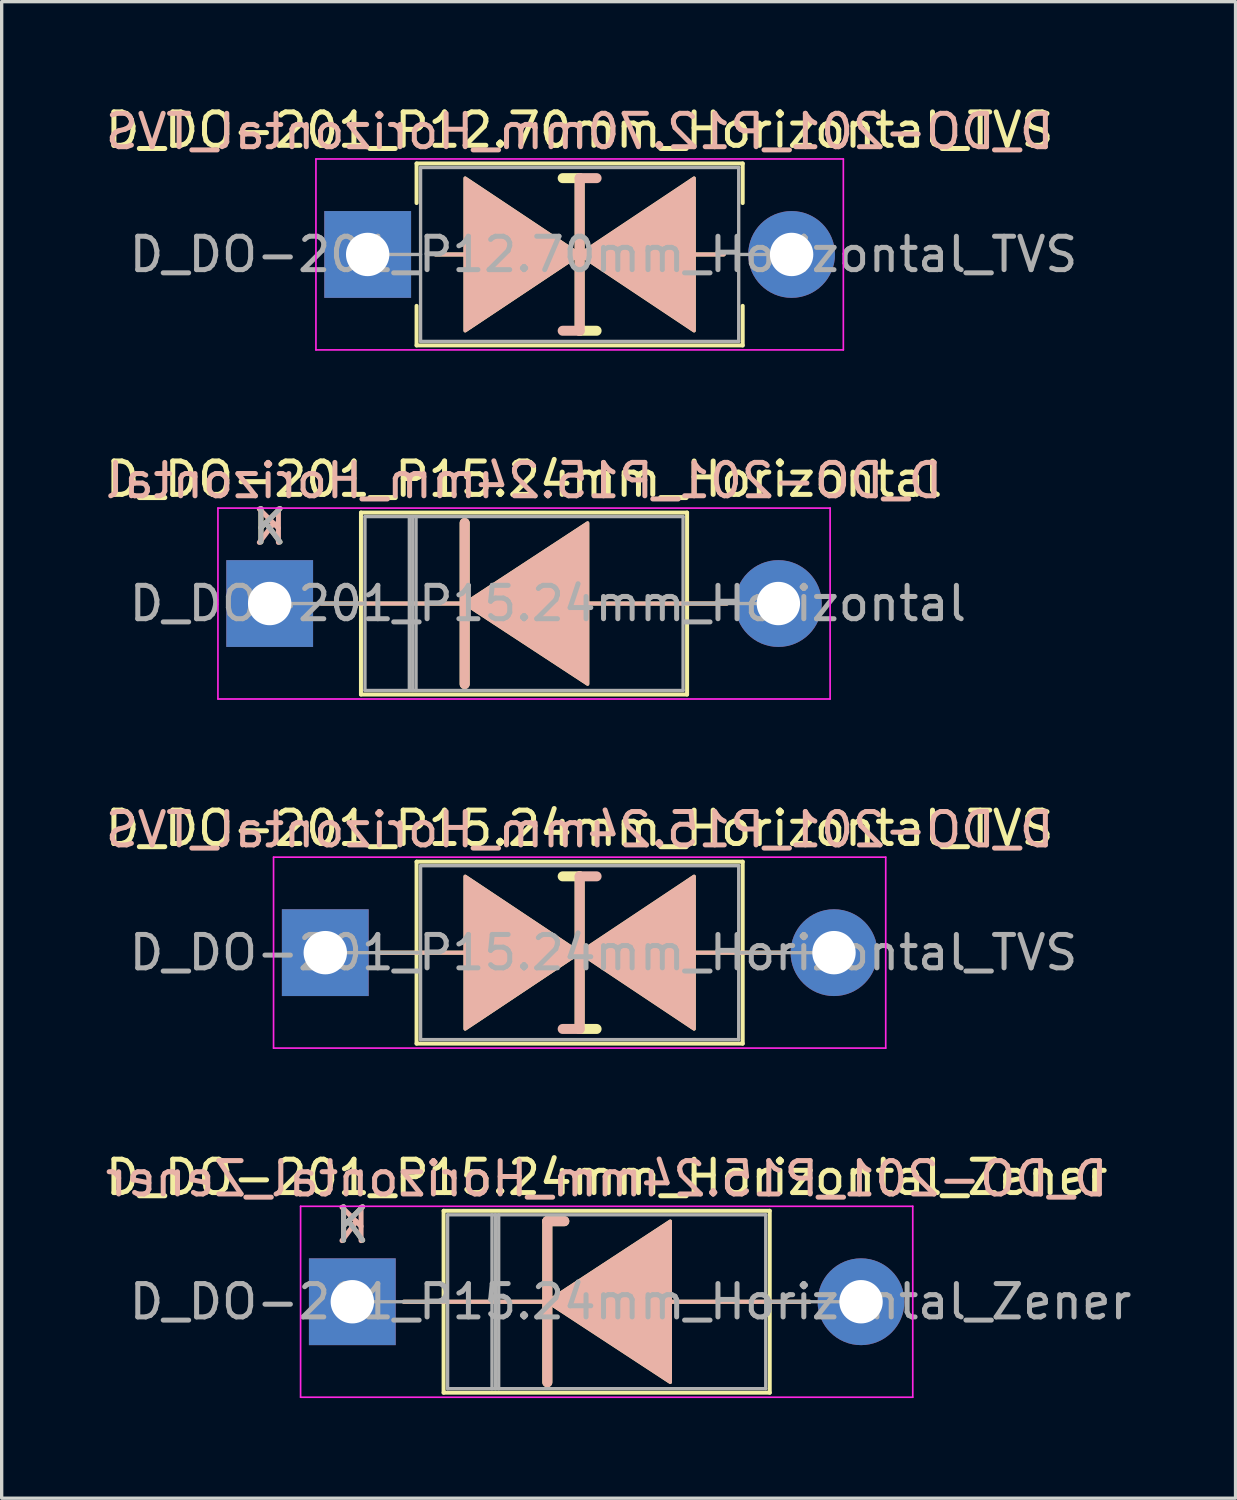
<source format=kicad_pcb>
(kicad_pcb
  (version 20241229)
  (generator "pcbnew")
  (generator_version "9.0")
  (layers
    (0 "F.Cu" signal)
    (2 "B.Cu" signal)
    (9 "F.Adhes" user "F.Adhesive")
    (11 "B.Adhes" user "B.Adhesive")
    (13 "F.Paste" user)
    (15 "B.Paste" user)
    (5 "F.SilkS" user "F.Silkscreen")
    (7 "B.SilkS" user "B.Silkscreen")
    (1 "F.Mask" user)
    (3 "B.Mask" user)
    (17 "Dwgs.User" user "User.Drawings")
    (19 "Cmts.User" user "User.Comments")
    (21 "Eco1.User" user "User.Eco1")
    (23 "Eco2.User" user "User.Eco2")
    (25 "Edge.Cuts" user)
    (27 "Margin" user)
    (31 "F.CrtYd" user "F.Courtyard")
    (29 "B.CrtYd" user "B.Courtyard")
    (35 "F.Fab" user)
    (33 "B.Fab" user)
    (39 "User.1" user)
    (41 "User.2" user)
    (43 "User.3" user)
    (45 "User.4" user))
  (footprint "D_DO-201_P15.24mm_Horizontal_TVS"
    (layer "F.Cu")
    (at 6.695 25.49)
    (property "Reference" "D_DO-201_P15.24mm_Horizontal_TVS" (at 7.62 -3.725 0) (layer "F.SilkS") (effects (font (size 1 1) (thickness 0.15))))
    (fp_line (start 1.54 0) (end 2.735 0) (stroke (width 0.12) (type solid)) (layer "F.SilkS"))
    (fp_line (start 2.735 -2.725) (end 2.735 2.725) (stroke (width 0.12) (type solid)) (layer "F.SilkS"))
    (fp_line (start 2.735 0) (end 4.191 0) (stroke (width 0.12) (type solid)) (layer "F.SilkS"))
    (fp_line (start 2.735 2.725) (end 12.505 2.725) (stroke (width 0.12) (type solid)) (layer "F.SilkS"))
    (fp_line (start 7.62 -2.286) (end 7.112 -2.286) (stroke (width 0.3) (type solid)) (layer "F.SilkS"))
    (fp_line (start 7.62 2.286) (end 7.62 -2.286) (stroke (width 0.3) (type solid)) (layer "F.SilkS"))
    (fp_line (start 8.128 2.286) (end 7.62 2.286) (stroke (width 0.3) (type solid)) (layer "F.SilkS"))
    (fp_line (start 11.049 0) (end 12.505 0) (stroke (width 0.12) (type solid)) (layer "F.SilkS"))
    (fp_line (start 12.505 -2.725) (end 2.735 -2.725) (stroke (width 0.12) (type solid)) (layer "F.SilkS"))
    (fp_line (start 12.505 2.725) (end 12.505 -2.725) (stroke (width 0.12) (type solid)) (layer "F.SilkS"))
    (fp_line (start 13.7 0) (end 12.505 0) (stroke (width 0.12) (type solid)) (layer "F.SilkS"))
    (fp_poly (pts (xy 7.62 0) (xy 4.191 2.286) (xy 4.191 -2.286)) (stroke (width 0.1) (type solid)) (fill yes) (layer "F.SilkS"))
    (fp_poly (pts (xy 7.62 0) (xy 11.049 -2.286) (xy 11.049 2.286)) (stroke (width 0.1) (type solid)) (fill yes) (layer "F.SilkS"))
    (fp_line (start 1.54 0) (end 2.735 0) (stroke (width 0.12) (type solid)) (layer "B.SilkS"))
    (fp_line (start 2.735 0) (end 4.191 0) (stroke (width 0.12) (type solid)) (layer "B.SilkS"))
    (fp_line (start 7.62 -2.286) (end 7.62 2.286) (stroke (width 0.3) (type solid)) (layer "B.SilkS"))
    (fp_line (start 7.62 2.286) (end 7.112 2.286) (stroke (width 0.3) (type solid)) (layer "B.SilkS"))
    (fp_line (start 8.128 -2.286) (end 7.62 -2.286) (stroke (width 0.3) (type solid)) (layer "B.SilkS"))
    (fp_line (start 11.049 0) (end 12.505 0) (stroke (width 0.12) (type solid)) (layer "B.SilkS"))
    (fp_line (start 13.7 0) (end 12.505 0) (stroke (width 0.12) (type solid)) (layer "B.SilkS"))
    (fp_poly (pts (xy 7.62 0) (xy 4.191 -2.286) (xy 4.191 2.286)) (stroke (width 0.1) (type solid)) (fill yes) (layer "B.SilkS"))
    (fp_poly (pts (xy 7.62 0) (xy 11.049 2.286) (xy 11.049 -2.286)) (stroke (width 0.1) (type solid)) (fill yes) (layer "B.SilkS"))
    (fp_line (start -1.55 -2.86) (end -1.55 2.86) (stroke (width 0.05) (type solid)) (layer "F.CrtYd"))
    (fp_line (start -1.55 2.86) (end 16.79 2.86) (stroke (width 0.05) (type solid)) (layer "F.CrtYd"))
    (fp_line (start 16.79 -2.86) (end -1.55 -2.86) (stroke (width 0.05) (type solid)) (layer "F.CrtYd"))
    (fp_line (start 16.79 2.86) (end 16.79 -2.86) (stroke (width 0.05) (type solid)) (layer "F.CrtYd"))
    (fp_line (start 0 0) (end 2.855 0) (stroke (width 0.1) (type solid)) (layer "F.Fab"))
    (fp_line (start 2.855 -2.605) (end 2.855 2.605) (stroke (width 0.1) (type solid)) (layer "F.Fab"))
    (fp_line (start 2.855 2.605) (end 12.385 2.605) (stroke (width 0.1) (type solid)) (layer "F.Fab"))
    (fp_line (start 12.385 -2.605) (end 2.855 -2.605) (stroke (width 0.1) (type solid)) (layer "F.Fab"))
    (fp_line (start 12.385 2.605) (end 12.385 -2.605) (stroke (width 0.1) (type solid)) (layer "F.Fab"))
    (fp_line (start 15.24 0) (end 12.385 0) (stroke (width 0.1) (type solid)) (layer "F.Fab"))
    (fp_text user "${REFERENCE}" (at 7.62 -3.683 0) (layer "B.SilkS") (effects (font (size 1 1) (thickness 0.15)) (justify mirror)))
    (fp_text user "${REFERENCE}" (at 8.335 0 0) (layer "F.Fab") (effects (font (size 1 1) (thickness 0.15))))
    (pad "1" thru_hole rect (at 0 0) (size 2.6 2.6) (drill 1.3) (layers "*.Cu" "*.Mask"))
    (pad "2" thru_hole oval (at 15.24 0) (size 2.6 2.6) (drill 1.3) (layers "*.Cu" "*.Mask")))
  (footprint "D_DO-201_P15.24mm_Horizontal_Zener"
    (layer "F.Cu")
    (at 7.505 35.948)
    (property "Reference" "D_DO-201_P15.24mm_Horizontal_Zener" (at 7.62 -3.725 0) (layer "F.SilkS") (effects (font (size 1 1) (thickness 0.15))))
    (fp_line (start 1.54 0) (end 2.735 0) (stroke (width 0.12) (type solid)) (layer "F.SilkS"))
    (fp_line (start 2.735 -2.725) (end 2.735 2.725) (stroke (width 0.12) (type solid)) (layer "F.SilkS"))
    (fp_line (start 2.735 2.725) (end 12.505 2.725) (stroke (width 0.12) (type solid)) (layer "F.SilkS"))
    (fp_line (start 5.842 -2.413) (end 5.842 2.413) (stroke (width 0.3) (type solid)) (layer "F.SilkS"))
    (fp_line (start 5.842 -2.413) (end 6.35 -2.413) (stroke (width 0.3) (type solid)) (layer "F.SilkS"))
    (fp_line (start 5.842 0) (end 2.735 0) (stroke (width 0.12) (type solid)) (layer "F.SilkS"))
    (fp_line (start 9.525 0) (end 12.505 0) (stroke (width 0.12) (type solid)) (layer "F.SilkS"))
    (fp_line (start 12.505 -2.725) (end 2.735 -2.725) (stroke (width 0.12) (type solid)) (layer "F.SilkS"))
    (fp_line (start 12.505 2.725) (end 12.505 -2.725) (stroke (width 0.12) (type solid)) (layer "F.SilkS"))
    (fp_line (start 13.7 0) (end 12.505 0) (stroke (width 0.12) (type solid)) (layer "F.SilkS"))
    (fp_poly (pts (xy 9.525 2.413) (xy 5.842 0) (xy 9.525 -2.413)) (stroke (width 0.1) (type solid)) (fill yes) (layer "F.SilkS"))
    (fp_line (start 1.54 0) (end 2.735 0) (stroke (width 0.12) (type solid)) (layer "B.SilkS"))
    (fp_line (start 5.842 -2.413) (end 6.35 -2.413) (stroke (width 0.3) (type solid)) (layer "B.SilkS"))
    (fp_line (start 5.842 0) (end 2.735 0) (stroke (width 0.12) (type solid)) (layer "B.SilkS"))
    (fp_line (start 5.842 2.413) (end 5.842 -2.413) (stroke (width 0.3) (type solid)) (layer "B.SilkS"))
    (fp_line (start 9.525 0) (end 12.505 0) (stroke (width 0.12) (type solid)) (layer "B.SilkS"))
    (fp_line (start 13.7 0) (end 12.505 0) (stroke (width 0.12) (type solid)) (layer "B.SilkS"))
    (fp_poly (pts (xy 9.525 -2.413) (xy 5.842 0) (xy 9.525 2.413)) (stroke (width 0.1) (type solid)) (fill yes) (layer "B.SilkS"))
    (fp_line (start -1.55 -2.86) (end -1.55 2.86) (stroke (width 0.05) (type solid)) (layer "F.CrtYd"))
    (fp_line (start -1.55 2.86) (end 16.79 2.86) (stroke (width 0.05) (type solid)) (layer "F.CrtYd"))
    (fp_line (start 16.79 -2.86) (end -1.55 -2.86) (stroke (width 0.05) (type solid)) (layer "F.CrtYd"))
    (fp_line (start 16.79 2.86) (end 16.79 -2.86) (stroke (width 0.05) (type solid)) (layer "F.CrtYd"))
    (fp_line (start 0 0) (end 2.855 0) (stroke (width 0.1) (type solid)) (layer "F.Fab"))
    (fp_line (start 2.855 -2.605) (end 2.855 2.605) (stroke (width 0.1) (type solid)) (layer "F.Fab"))
    (fp_line (start 2.855 2.605) (end 12.385 2.605) (stroke (width 0.1) (type solid)) (layer "F.Fab"))
    (fp_line (start 4.184 -2.605) (end 4.184 2.605) (stroke (width 0.1) (type solid)) (layer "F.Fab"))
    (fp_line (start 4.285 -2.605) (end 4.285 2.605) (stroke (width 0.1) (type solid)) (layer "F.Fab"))
    (fp_line (start 4.385 -2.605) (end 4.385 2.605) (stroke (width 0.1) (type solid)) (layer "F.Fab"))
    (fp_line (start 12.385 -2.605) (end 2.855 -2.605) (stroke (width 0.1) (type solid)) (layer "F.Fab"))
    (fp_line (start 12.385 2.605) (end 12.385 -2.605) (stroke (width 0.1) (type solid)) (layer "F.Fab"))
    (fp_line (start 15.24 0) (end 12.385 0) (stroke (width 0.1) (type solid)) (layer "F.Fab"))
    (fp_text user "K" (at 0 -2.3 0) (layer "F.SilkS") (effects (font (size 1 1) (thickness 0.15))))
    (fp_text user "K" (at 0 -2.286 0) (layer "B.SilkS") (effects (font (size 1 1) (thickness 0.15)) (justify mirror)))
    (fp_text user "${REFERENCE}" (at 7.62 -3.683 0) (layer "B.SilkS") (effects (font (size 1 1) (thickness 0.15)) (justify mirror)))
    (fp_text user "${REFERENCE}" (at 8.335 0 0) (layer "F.Fab") (effects (font (size 1 1) (thickness 0.15))))
    (fp_text user "K" (at 0 -2.3 0) (layer "F.Fab") (effects (font (size 1 1) (thickness 0.15))))
    (pad "1" thru_hole rect (at 0 0) (size 2.6 2.6) (drill 1.3) (layers "*.Cu" "*.Mask"))
    (pad "2" thru_hole oval (at 15.24 0) (size 2.6 2.6) (drill 1.3) (layers "*.Cu" "*.Mask")))
  (footprint "D_DO-201_P15.24mm_Horizontal"
    (layer "F.Cu")
    (at 5.029 15.031)
    (property "Reference" "D_DO-201_P15.24mm_Horizontal" (at 7.62 -3.725 0) (layer "F.SilkS") (effects (font (size 1 1) (thickness 0.15))))
    (fp_line (start 1.54 0) (end 2.735 0) (stroke (width 0.12) (type solid)) (layer "F.SilkS"))
    (fp_line (start 2.735 -2.725) (end 2.735 2.725) (stroke (width 0.12) (type solid)) (layer "F.SilkS"))
    (fp_line (start 2.735 2.725) (end 12.505 2.725) (stroke (width 0.12) (type solid)) (layer "F.SilkS"))
    (fp_line (start 5.842 -2.413) (end 5.842 2.413) (stroke (width 0.3) (type solid)) (layer "F.SilkS"))
    (fp_line (start 5.842 0) (end 2.735 0) (stroke (width 0.12) (type solid)) (layer "F.SilkS"))
    (fp_line (start 9.525 0) (end 12.505 0) (stroke (width 0.12) (type solid)) (layer "F.SilkS"))
    (fp_line (start 12.505 -2.725) (end 2.735 -2.725) (stroke (width 0.12) (type solid)) (layer "F.SilkS"))
    (fp_line (start 12.505 2.725) (end 12.505 -2.725) (stroke (width 0.12) (type solid)) (layer "F.SilkS"))
    (fp_line (start 13.7 0) (end 12.505 0) (stroke (width 0.12) (type solid)) (layer "F.SilkS"))
    (fp_poly (pts (xy 9.525 2.413) (xy 5.842 0) (xy 9.525 -2.413)) (stroke (width 0.1) (type solid)) (fill yes) (layer "F.SilkS"))
    (fp_line (start 1.54 0) (end 2.735 0) (stroke (width 0.12) (type solid)) (layer "B.SilkS"))
    (fp_line (start 5.842 0) (end 2.735 0) (stroke (width 0.12) (type solid)) (layer "B.SilkS"))
    (fp_line (start 5.842 2.413) (end 5.842 -2.413) (stroke (width 0.3) (type solid)) (layer "B.SilkS"))
    (fp_line (start 9.525 0) (end 12.505 0) (stroke (width 0.12) (type solid)) (layer "B.SilkS"))
    (fp_line (start 13.7 0) (end 12.505 0) (stroke (width 0.12) (type solid)) (layer "B.SilkS"))
    (fp_poly (pts (xy 9.525 -2.413) (xy 5.842 0) (xy 9.525 2.413)) (stroke (width 0.1) (type solid)) (fill yes) (layer "B.SilkS"))
    (fp_line (start -1.55 -2.86) (end -1.55 2.86) (stroke (width 0.05) (type solid)) (layer "F.CrtYd"))
    (fp_line (start -1.55 2.86) (end 16.79 2.86) (stroke (width 0.05) (type solid)) (layer "F.CrtYd"))
    (fp_line (start 16.79 -2.86) (end -1.55 -2.86) (stroke (width 0.05) (type solid)) (layer "F.CrtYd"))
    (fp_line (start 16.79 2.86) (end 16.79 -2.86) (stroke (width 0.05) (type solid)) (layer "F.CrtYd"))
    (fp_line (start 0 0) (end 2.855 0) (stroke (width 0.1) (type solid)) (layer "F.Fab"))
    (fp_line (start 2.855 -2.605) (end 2.855 2.605) (stroke (width 0.1) (type solid)) (layer "F.Fab"))
    (fp_line (start 2.855 2.605) (end 12.385 2.605) (stroke (width 0.1) (type solid)) (layer "F.Fab"))
    (fp_line (start 4.184 -2.605) (end 4.184 2.605) (stroke (width 0.1) (type solid)) (layer "F.Fab"))
    (fp_line (start 4.285 -2.605) (end 4.285 2.605) (stroke (width 0.1) (type solid)) (layer "F.Fab"))
    (fp_line (start 4.385 -2.605) (end 4.385 2.605) (stroke (width 0.1) (type solid)) (layer "F.Fab"))
    (fp_line (start 12.385 -2.605) (end 2.855 -2.605) (stroke (width 0.1) (type solid)) (layer "F.Fab"))
    (fp_line (start 12.385 2.605) (end 12.385 -2.605) (stroke (width 0.1) (type solid)) (layer "F.Fab"))
    (fp_line (start 15.24 0) (end 12.385 0) (stroke (width 0.1) (type solid)) (layer "F.Fab"))
    (fp_text user "K" (at 0 -2.3 0) (layer "F.SilkS") (effects (font (size 1 1) (thickness 0.15))))
    (fp_text user "${REFERENCE}" (at 7.62 -3.683 0) (layer "B.SilkS") (effects (font (size 1 1) (thickness 0.15)) (justify mirror)))
    (fp_text user "K" (at 0 -2.286 0) (layer "B.SilkS") (effects (font (size 1 1) (thickness 0.15)) (justify mirror)))
    (fp_text user "${REFERENCE}" (at 8.335 0 0) (layer "F.Fab") (effects (font (size 1 1) (thickness 0.15))))
    (fp_text user "K" (at 0 -2.3 0) (layer "F.Fab") (effects (font (size 1 1) (thickness 0.15))))
    (pad "1" thru_hole rect (at 0 0) (size 2.6 2.6) (drill 1.3) (layers "*.Cu" "*.Mask"))
    (pad "2" thru_hole oval (at 15.24 0) (size 2.6 2.6) (drill 1.3) (layers "*.Cu" "*.Mask")))
  (footprint "D_DO-201_P12.70mm_Horizontal_TVS"
    (layer "F.Cu")
    (at 7.965 4.573)
    (property "Reference" "D_DO-201_P12.70mm_Horizontal_TVS" (at 6.35 -3.725 0) (layer "F.SilkS") (effects (font (size 1 1) (thickness 0.15))))
    (fp_line (start 1.465 -2.725) (end 11.235 -2.725) (stroke (width 0.12) (type solid)) (layer "F.SilkS"))
    (fp_line (start 1.465 -1.54) (end 1.465 -2.725) (stroke (width 0.12) (type solid)) (layer "F.SilkS"))
    (fp_line (start 1.465 1.54) (end 1.465 2.725) (stroke (width 0.12) (type solid)) (layer "F.SilkS"))
    (fp_line (start 1.465 2.725) (end 11.235 2.725) (stroke (width 0.12) (type solid)) (layer "F.SilkS"))
    (fp_line (start 2.032 0) (end 2.921 0) (stroke (width 0.12) (type solid)) (layer "F.SilkS"))
    (fp_line (start 6.35 -2.286) (end 5.842 -2.286) (stroke (width 0.3) (type solid)) (layer "F.SilkS"))
    (fp_line (start 6.35 2.286) (end 6.35 -2.286) (stroke (width 0.3) (type solid)) (layer "F.SilkS"))
    (fp_line (start 6.858 2.286) (end 6.35 2.286) (stroke (width 0.3) (type solid)) (layer "F.SilkS"))
    (fp_line (start 9.779 0) (end 10.668 0) (stroke (width 0.12) (type solid)) (layer "F.SilkS"))
    (fp_line (start 11.235 -2.725) (end 11.235 -1.54) (stroke (width 0.12) (type solid)) (layer "F.SilkS"))
    (fp_line (start 11.235 2.725) (end 11.235 1.54) (stroke (width 0.12) (type solid)) (layer "F.SilkS"))
    (fp_poly (pts (xy 6.35 0) (xy 2.921 2.286) (xy 2.921 -2.286)) (stroke (width 0.1) (type solid)) (fill yes) (layer "F.SilkS"))
    (fp_poly (pts (xy 6.35 0) (xy 9.779 -2.286) (xy 9.779 2.286)) (stroke (width 0.1) (type solid)) (fill yes) (layer "F.SilkS"))
    (fp_line (start 2.032 0) (end 2.921 0) (stroke (width 0.12) (type solid)) (layer "B.SilkS"))
    (fp_line (start 6.35 -2.286) (end 6.35 2.286) (stroke (width 0.3) (type solid)) (layer "B.SilkS"))
    (fp_line (start 6.35 2.286) (end 5.842 2.286) (stroke (width 0.3) (type solid)) (layer "B.SilkS"))
    (fp_line (start 6.858 -2.286) (end 6.35 -2.286) (stroke (width 0.3) (type solid)) (layer "B.SilkS"))
    (fp_line (start 9.779 0) (end 10.668 0) (stroke (width 0.12) (type solid)) (layer "B.SilkS"))
    (fp_poly (pts (xy 6.35 0) (xy 2.921 -2.286) (xy 2.921 2.286)) (stroke (width 0.1) (type solid)) (fill yes) (layer "B.SilkS"))
    (fp_poly (pts (xy 6.35 0) (xy 9.779 2.286) (xy 9.779 -2.286)) (stroke (width 0.1) (type solid)) (fill yes) (layer "B.SilkS"))
    (fp_line (start -1.55 -2.86) (end -1.55 2.86) (stroke (width 0.05) (type solid)) (layer "F.CrtYd"))
    (fp_line (start -1.55 2.86) (end 14.25 2.86) (stroke (width 0.05) (type solid)) (layer "F.CrtYd"))
    (fp_line (start 14.25 -2.86) (end -1.55 -2.86) (stroke (width 0.05) (type solid)) (layer "F.CrtYd"))
    (fp_line (start 14.25 2.86) (end 14.25 -2.86) (stroke (width 0.05) (type solid)) (layer "F.CrtYd"))
    (fp_line (start 0 0) (end 1.585 0) (stroke (width 0.1) (type solid)) (layer "F.Fab"))
    (fp_line (start 1.585 -2.605) (end 1.585 2.605) (stroke (width 0.1) (type solid)) (layer "F.Fab"))
    (fp_line (start 1.585 2.605) (end 11.115 2.605) (stroke (width 0.1) (type solid)) (layer "F.Fab"))
    (fp_line (start 11.115 -2.605) (end 1.585 -2.605) (stroke (width 0.1) (type solid)) (layer "F.Fab"))
    (fp_line (start 11.115 2.605) (end 11.115 -2.605) (stroke (width 0.1) (type solid)) (layer "F.Fab"))
    (fp_line (start 12.7 0) (end 11.115 0) (stroke (width 0.1) (type solid)) (layer "F.Fab"))
    (fp_text user "${REFERENCE}" (at 6.35 -3.683 0) (layer "B.SilkS") (effects (font (size 1 1) (thickness 0.15)) (justify mirror)))
    (fp_text user "${REFERENCE}" (at 7.065 0 0) (layer "F.Fab") (effects (font (size 1 1) (thickness 0.15))))
    (pad "1" thru_hole rect (at 0 0) (size 2.6 2.6) (drill 1.3) (layers "*.Cu" "*.Mask"))
    (pad "2" thru_hole oval (at 12.7 0) (size 2.6 2.6) (drill 1.3) (layers "*.Cu" "*.Mask")))
  (gr_rect
    (start -3 -3)
    (end 33.965 41.833)
    (stroke (width 0.1) (type default))
    (fill no)
    (layer "Edge.Cuts")))
</source>
